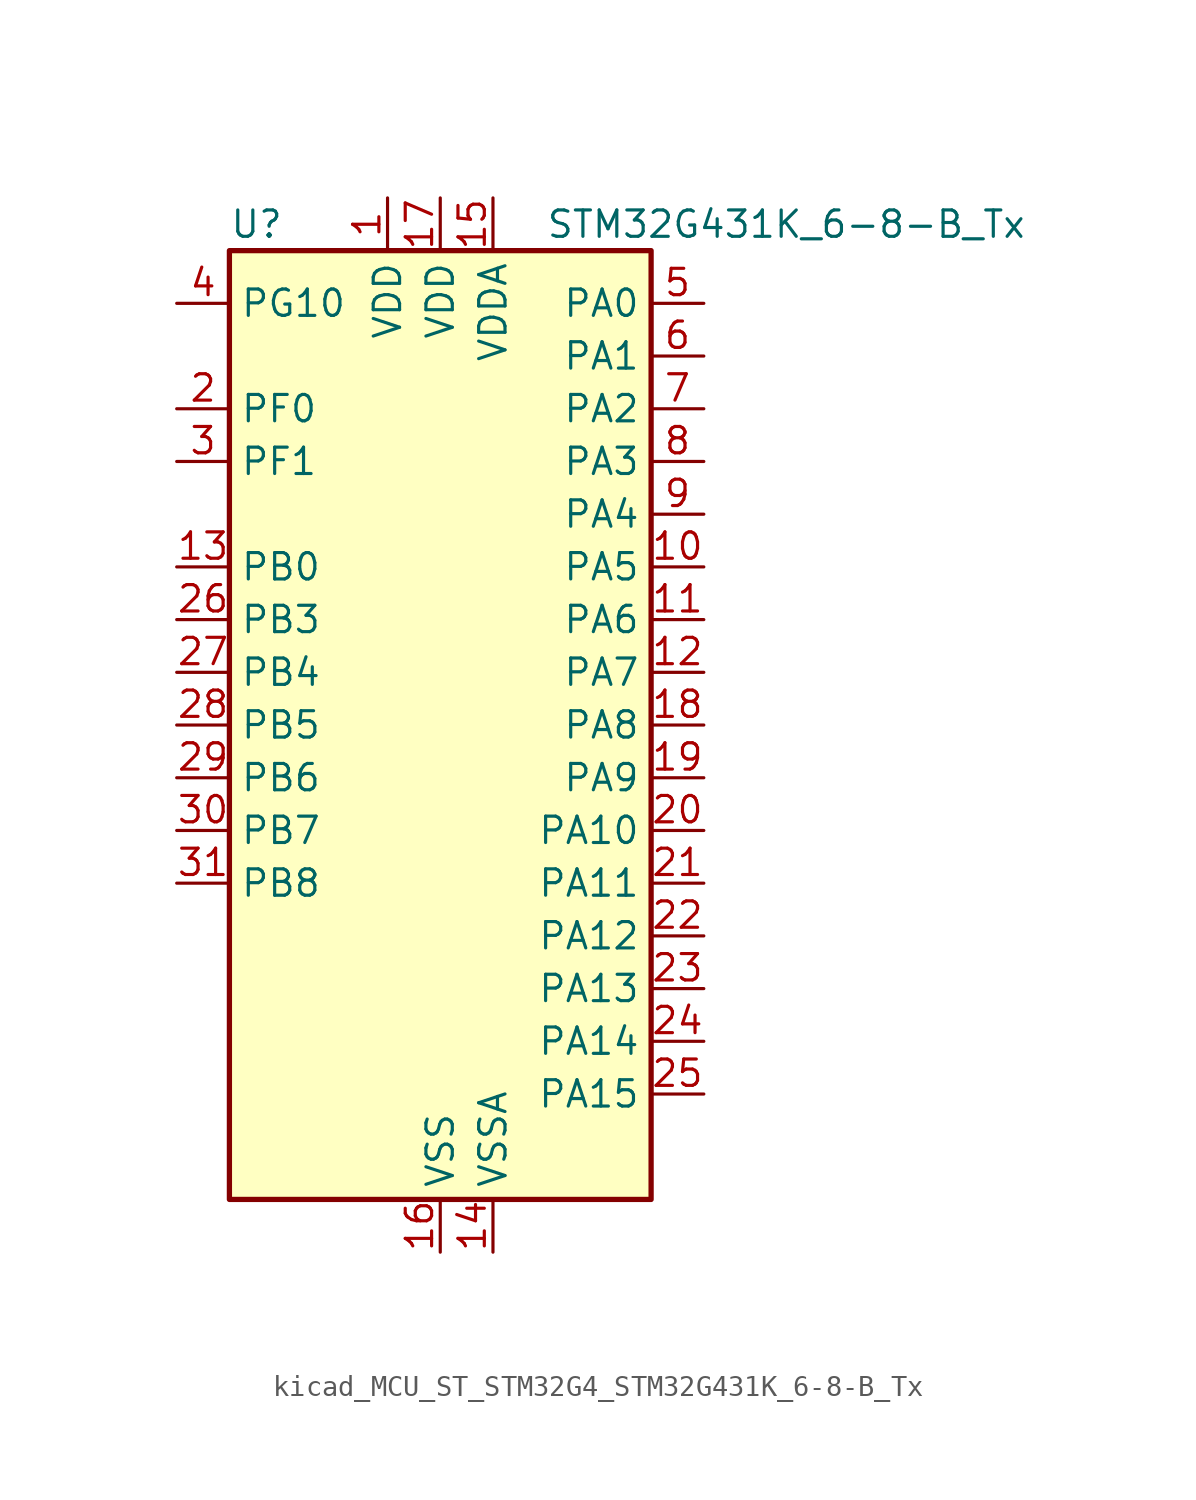
<source format=kicad_sym>
(kicad_symbol_lib
  (version 20220914)
  (generator kicad_symbol_editor)
  (symbol "kicad_MCU_ST_STM32G4_STM32G431K_6-8-B_Tx"
    (property "Reference" "U"
      (at -10.16 24.13 0)
      (effects (font (size 1.27 1.27)) (justify left)))
    (property "Value" "STM32G431K_6-8-B_Tx"
      (at 5.08 24.13 0)
      (effects (font (size 1.27 1.27)) (justify left)))
    (property "ki_locked" ""
      (at 0 0 0)
      (effects (font (size 1.27 1.27))))
    (symbol "kicad_MCU_ST_STM32G4_STM32G431K_6-8-B_Tx_0_1"
      (rectangle (start -10.16 -22.86) (end 10.16 22.86) (stroke (width 0.254) (type default)) (fill (type background))))
    (symbol "kicad_MCU_ST_STM32G4_STM32G431K_6-8-B_Tx_1_1"
      (pin power_in line (at -2.54 25.4 270) (length 2.54) (name "VDD" (effects (font (size 1.27 1.27)))) (number "1" (effects (font (size 1.27 1.27)))))
      (pin bidirectional line (at 12.7 7.62 180) (length 2.54) (name "PA5" (effects (font (size 1.27 1.27)))) (number "10" (effects (font (size 1.27 1.27)))) (alternate "ADC2_IN13" bidirectional line) (alternate "COMP2_INM" bidirectional line) (alternate "DAC1_OUT2" bidirectional line) (alternate "OPAMP2_VINM" bidirectional line) (alternate "OPAMP2_VINM0" bidirectional line) (alternate "OPAMP2_VINM_SEC" bidirectional line) (alternate "SPI1_SCK" bidirectional line) (alternate "TIM2_CH1" bidirectional line) (alternate "TIM2_ETR" bidirectional line) (alternate "UCPD1_FRSTX1" bidirectional line) (alternate "UCPD1_FRSTX2" bidirectional line))
      (pin bidirectional line (at 12.7 5.08 180) (length 2.54) (name "PA6" (effects (font (size 1.27 1.27)))) (number "11" (effects (font (size 1.27 1.27)))) (alternate "ADC2_IN3" bidirectional line) (alternate "COMP1_OUT" bidirectional line) (alternate "LPUART1_CTS" bidirectional line) (alternate "OPAMP2_VOUT" bidirectional line) (alternate "SPI1_MISO" bidirectional line) (alternate "TIM16_CH1" bidirectional line) (alternate "TIM1_BKIN" bidirectional line) (alternate "TIM3_CH1" bidirectional line) (alternate "TIM8_BKIN" bidirectional line))
      (pin bidirectional line (at 12.7 2.54 180) (length 2.54) (name "PA7" (effects (font (size 1.27 1.27)))) (number "12" (effects (font (size 1.27 1.27)))) (alternate "ADC2_IN4" bidirectional line) (alternate "COMP2_INP" bidirectional line) (alternate "COMP2_OUT" bidirectional line) (alternate "OPAMP1_VINP" bidirectional line) (alternate "OPAMP1_VINP_SEC" bidirectional line) (alternate "OPAMP2_VINP" bidirectional line) (alternate "OPAMP2_VINP_SEC" bidirectional line) (alternate "SPI1_MOSI" bidirectional line) (alternate "TIM17_CH1" bidirectional line) (alternate "TIM1_CH1N" bidirectional line) (alternate "TIM3_CH2" bidirectional line) (alternate "TIM8_CH1N" bidirectional line) (alternate "UCPD1_FRSTX1" bidirectional line) (alternate "UCPD1_FRSTX2" bidirectional line))
      (pin bidirectional line (at -12.7 7.62 0) (length 2.54) (name "PB0" (effects (font (size 1.27 1.27)))) (number "13" (effects (font (size 1.27 1.27)))) (alternate "ADC1_IN15" bidirectional line) (alternate "COMP4_INP" bidirectional line) (alternate "OPAMP2_VINP" bidirectional line) (alternate "OPAMP2_VINP_SEC" bidirectional line) (alternate "OPAMP3_VINP" bidirectional line) (alternate "OPAMP3_VINP_SEC" bidirectional line) (alternate "TIM1_CH2N" bidirectional line) (alternate "TIM3_CH3" bidirectional line) (alternate "TIM8_CH2N" bidirectional line) (alternate "UCPD1_FRSTX1" bidirectional line) (alternate "UCPD1_FRSTX2" bidirectional line))
      (pin power_in line (at 2.54 -25.4 90) (length 2.54) (name "VSSA" (effects (font (size 1.27 1.27)))) (number "14" (effects (font (size 1.27 1.27)))))
      (pin power_in line (at 2.54 25.4 270) (length 2.54) (name "VDDA" (effects (font (size 1.27 1.27)))) (number "15" (effects (font (size 1.27 1.27)))))
      (pin power_in line (at 0 -25.4 90) (length 2.54) (name "VSS" (effects (font (size 1.27 1.27)))) (number "16" (effects (font (size 1.27 1.27)))))
      (pin power_in line (at 0 25.4 270) (length 2.54) (name "VDD" (effects (font (size 1.27 1.27)))) (number "17" (effects (font (size 1.27 1.27)))))
      (pin bidirectional line (at 12.7 0 180) (length 2.54) (name "PA8" (effects (font (size 1.27 1.27)))) (number "18" (effects (font (size 1.27 1.27)))) (alternate "I2C2_SDA" bidirectional line) (alternate "I2C3_SCL" bidirectional line) (alternate "I2S2_MCK" bidirectional line) (alternate "RCC_MCO" bidirectional line) (alternate "SAI1_CK2" bidirectional line) (alternate "SAI1_SCK_A" bidirectional line) (alternate "TIM1_CH1" bidirectional line) (alternate "TIM4_ETR" bidirectional line) (alternate "USART1_CK" bidirectional line))
      (pin bidirectional line (at 12.7 -2.54 180) (length 2.54) (name "PA9" (effects (font (size 1.27 1.27)))) (number "19" (effects (font (size 1.27 1.27)))) (alternate "DAC1_EXTI9" bidirectional line) (alternate "DAC3_EXTI9" bidirectional line) (alternate "I2C2_SCL" bidirectional line) (alternate "I2C3_SMBA" bidirectional line) (alternate "I2S3_MCK" bidirectional line) (alternate "SAI1_FS_A" bidirectional line) (alternate "TIM15_BKIN" bidirectional line) (alternate "TIM1_CH2" bidirectional line) (alternate "TIM2_CH3" bidirectional line) (alternate "UCPD1_DBCC1" bidirectional line) (alternate "USART1_TX" bidirectional line))
      (pin bidirectional line (at -12.7 15.24 0) (length 2.54) (name "PF0" (effects (font (size 1.27 1.27)))) (number "2" (effects (font (size 1.27 1.27)))) (alternate "ADC1_IN10" bidirectional line) (alternate "I2C2_SDA" bidirectional line) (alternate "I2S2_WS" bidirectional line) (alternate "RCC_OSC_IN" bidirectional line) (alternate "SPI2_NSS" bidirectional line) (alternate "TIM1_CH3N" bidirectional line))
      (pin bidirectional line (at 12.7 -5.08 180) (length 2.54) (name "PA10" (effects (font (size 1.27 1.27)))) (number "20" (effects (font (size 1.27 1.27)))) (alternate "CRS_SYNC" bidirectional line) (alternate "DAC1_EXTI10" bidirectional line) (alternate "DAC3_EXTI10" bidirectional line) (alternate "I2C2_SMBA" bidirectional line) (alternate "SAI1_D1" bidirectional line) (alternate "SAI1_SD_A" bidirectional line) (alternate "SPI2_MISO" bidirectional line) (alternate "TIM17_BKIN" bidirectional line) (alternate "TIM1_CH3" bidirectional line) (alternate "TIM2_CH4" bidirectional line) (alternate "TIM8_BKIN" bidirectional line) (alternate "UCPD1_DBCC2" bidirectional line) (alternate "USART1_RX" bidirectional line))
      (pin bidirectional line (at 12.7 -7.62 180) (length 2.54) (name "PA11" (effects (font (size 1.27 1.27)))) (number "21" (effects (font (size 1.27 1.27)))) (alternate "ADC1_EXTI11" bidirectional line) (alternate "ADC2_EXTI11" bidirectional line) (alternate "COMP1_OUT" bidirectional line) (alternate "FDCAN1_RX" bidirectional line) (alternate "I2S2_SD" bidirectional line) (alternate "SPI2_MOSI" bidirectional line) (alternate "TIM1_BKIN2" bidirectional line) (alternate "TIM1_CH1N" bidirectional line) (alternate "TIM1_CH4" bidirectional line) (alternate "TIM4_CH1" bidirectional line) (alternate "USART1_CTS" bidirectional line) (alternate "USART1_NSS" bidirectional line) (alternate "USB_DM" bidirectional line))
      (pin bidirectional line (at 12.7 -10.16 180) (length 2.54) (name "PA12" (effects (font (size 1.27 1.27)))) (number "22" (effects (font (size 1.27 1.27)))) (alternate "COMP2_OUT" bidirectional line) (alternate "FDCAN1_TX" bidirectional line) (alternate "I2S_CKIN" bidirectional line) (alternate "TIM16_CH1" bidirectional line) (alternate "TIM1_CH2N" bidirectional line) (alternate "TIM1_ETR" bidirectional line) (alternate "TIM4_CH2" bidirectional line) (alternate "USART1_DE" bidirectional line) (alternate "USART1_RTS" bidirectional line) (alternate "USB_DP" bidirectional line))
      (pin bidirectional line (at 12.7 -12.7 180) (length 2.54) (name "PA13" (effects (font (size 1.27 1.27)))) (number "23" (effects (font (size 1.27 1.27)))) (alternate "I2C1_SCL" bidirectional line) (alternate "IR_OUT" bidirectional line) (alternate "SAI1_SD_B" bidirectional line) (alternate "SYS_JTMS-SWDIO" bidirectional line) (alternate "TIM16_CH1N" bidirectional line) (alternate "TIM4_CH3" bidirectional line))
      (pin bidirectional line (at 12.7 -15.24 180) (length 2.54) (name "PA14" (effects (font (size 1.27 1.27)))) (number "24" (effects (font (size 1.27 1.27)))) (alternate "I2C1_SDA" bidirectional line) (alternate "LPTIM1_OUT" bidirectional line) (alternate "SAI1_FS_B" bidirectional line) (alternate "SYS_JTCK-SWCLK" bidirectional line) (alternate "TIM1_BKIN" bidirectional line) (alternate "TIM8_CH2" bidirectional line) (alternate "USART2_TX" bidirectional line))
      (pin bidirectional line (at 12.7 -17.78 180) (length 2.54) (name "PA15" (effects (font (size 1.27 1.27)))) (number "25" (effects (font (size 1.27 1.27)))) (alternate "ADC1_EXTI15" bidirectional line) (alternate "ADC2_EXTI15" bidirectional line) (alternate "I2C1_SCL" bidirectional line) (alternate "I2S3_WS" bidirectional line) (alternate "SPI1_NSS" bidirectional line) (alternate "SPI3_NSS" bidirectional line) (alternate "SYS_JTDI" bidirectional line) (alternate "TIM1_BKIN" bidirectional line) (alternate "TIM2_CH1" bidirectional line) (alternate "TIM2_ETR" bidirectional line) (alternate "TIM8_CH1" bidirectional line) (alternate "USART2_RX" bidirectional line))
      (pin bidirectional line (at -12.7 5.08 0) (length 2.54) (name "PB3" (effects (font (size 1.27 1.27)))) (number "26" (effects (font (size 1.27 1.27)))) (alternate "CRS_SYNC" bidirectional line) (alternate "I2S3_CK" bidirectional line) (alternate "SAI1_SCK_B" bidirectional line) (alternate "SPI1_SCK" bidirectional line) (alternate "SPI3_SCK" bidirectional line) (alternate "SYS_JTDO-SWO" bidirectional line) (alternate "TIM2_CH2" bidirectional line) (alternate "TIM3_ETR" bidirectional line) (alternate "TIM4_ETR" bidirectional line) (alternate "TIM8_CH1N" bidirectional line) (alternate "USART2_TX" bidirectional line))
      (pin bidirectional line (at -12.7 2.54 0) (length 2.54) (name "PB4" (effects (font (size 1.27 1.27)))) (number "27" (effects (font (size 1.27 1.27)))) (alternate "SAI1_MCLK_B" bidirectional line) (alternate "SPI1_MISO" bidirectional line) (alternate "SPI3_MISO" bidirectional line) (alternate "SYS_JTRST" bidirectional line) (alternate "TIM16_CH1" bidirectional line) (alternate "TIM17_BKIN" bidirectional line) (alternate "TIM3_CH1" bidirectional line) (alternate "TIM8_CH2N" bidirectional line) (alternate "UCPD1_CC2" bidirectional line) (alternate "USART2_RX" bidirectional line))
      (pin bidirectional line (at -12.7 0 0) (length 2.54) (name "PB5" (effects (font (size 1.27 1.27)))) (number "28" (effects (font (size 1.27 1.27)))) (alternate "I2C1_SMBA" bidirectional line) (alternate "I2C3_SDA" bidirectional line) (alternate "I2S3_SD" bidirectional line) (alternate "LPTIM1_IN1" bidirectional line) (alternate "SAI1_SD_B" bidirectional line) (alternate "SPI1_MOSI" bidirectional line) (alternate "SPI3_MOSI" bidirectional line) (alternate "TIM16_BKIN" bidirectional line) (alternate "TIM17_CH1" bidirectional line) (alternate "TIM3_CH2" bidirectional line) (alternate "TIM8_CH3N" bidirectional line) (alternate "USART2_CK" bidirectional line))
      (pin bidirectional line (at -12.7 -2.54 0) (length 2.54) (name "PB6" (effects (font (size 1.27 1.27)))) (number "29" (effects (font (size 1.27 1.27)))) (alternate "COMP4_OUT" bidirectional line) (alternate "LPTIM1_ETR" bidirectional line) (alternate "SAI1_FS_B" bidirectional line) (alternate "TIM16_CH1N" bidirectional line) (alternate "TIM4_CH1" bidirectional line) (alternate "TIM8_BKIN2" bidirectional line) (alternate "TIM8_CH1" bidirectional line) (alternate "TIM8_ETR" bidirectional line) (alternate "UCPD1_CC1" bidirectional line) (alternate "USART1_TX" bidirectional line))
      (pin bidirectional line (at -12.7 12.7 0) (length 2.54) (name "PF1" (effects (font (size 1.27 1.27)))) (number "3" (effects (font (size 1.27 1.27)))) (alternate "ADC2_IN10" bidirectional line) (alternate "COMP3_INM" bidirectional line) (alternate "I2S2_CK" bidirectional line) (alternate "RCC_OSC_OUT" bidirectional line) (alternate "SPI2_SCK" bidirectional line))
      (pin bidirectional line (at -12.7 -5.08 0) (length 2.54) (name "PB7" (effects (font (size 1.27 1.27)))) (number "30" (effects (font (size 1.27 1.27)))) (alternate "COMP3_OUT" bidirectional line) (alternate "I2C1_SDA" bidirectional line) (alternate "LPTIM1_IN2" bidirectional line) (alternate "SYS_PVD_IN" bidirectional line) (alternate "TIM17_CH1N" bidirectional line) (alternate "TIM3_CH4" bidirectional line) (alternate "TIM4_CH2" bidirectional line) (alternate "TIM8_BKIN" bidirectional line) (alternate "USART1_RX" bidirectional line))
      (pin bidirectional line (at -12.7 -7.62 0) (length 2.54) (name "PB8" (effects (font (size 1.27 1.27)))) (number "31" (effects (font (size 1.27 1.27)))) (alternate "COMP1_OUT" bidirectional line) (alternate "FDCAN1_RX" bidirectional line) (alternate "I2C1_SCL" bidirectional line) (alternate "SAI1_CK1" bidirectional line) (alternate "SAI1_MCLK_A" bidirectional line) (alternate "TIM16_CH1" bidirectional line) (alternate "TIM1_BKIN" bidirectional line) (alternate "TIM4_CH3" bidirectional line) (alternate "TIM8_CH2" bidirectional line))
      (pin passive line (at 0 -25.4 90) (length 2.54) hide (name "VSS" (effects (font (size 1.27 1.27)))) (number "32" (effects (font (size 1.27 1.27)))))
      (pin bidirectional line (at -12.7 20.32 0) (length 2.54) (name "PG10" (effects (font (size 1.27 1.27)))) (number "4" (effects (font (size 1.27 1.27)))) (alternate "DAC1_EXTI10" bidirectional line) (alternate "DAC3_EXTI10" bidirectional line) (alternate "RCC_MCO" bidirectional line))
      (pin bidirectional line (at 12.7 20.32 180) (length 2.54) (name "PA0" (effects (font (size 1.27 1.27)))) (number "5" (effects (font (size 1.27 1.27)))) (alternate "ADC1_IN1" bidirectional line) (alternate "ADC2_IN1" bidirectional line) (alternate "COMP1_INM" bidirectional line) (alternate "COMP1_OUT" bidirectional line) (alternate "COMP3_INP" bidirectional line) (alternate "RTC_TAMP2" bidirectional line) (alternate "SYS_WKUP1" bidirectional line) (alternate "TIM2_CH1" bidirectional line) (alternate "TIM2_ETR" bidirectional line) (alternate "TIM8_BKIN" bidirectional line) (alternate "TIM8_ETR" bidirectional line) (alternate "USART2_CTS" bidirectional line) (alternate "USART2_NSS" bidirectional line))
      (pin bidirectional line (at 12.7 17.78 180) (length 2.54) (name "PA1" (effects (font (size 1.27 1.27)))) (number "6" (effects (font (size 1.27 1.27)))) (alternate "ADC1_IN2" bidirectional line) (alternate "ADC2_IN2" bidirectional line) (alternate "COMP1_INP" bidirectional line) (alternate "OPAMP1_VINP" bidirectional line) (alternate "OPAMP1_VINP_SEC" bidirectional line) (alternate "OPAMP3_VINP" bidirectional line) (alternate "OPAMP3_VINP_SEC" bidirectional line) (alternate "RTC_REFIN" bidirectional line) (alternate "TIM15_CH1N" bidirectional line) (alternate "TIM2_CH2" bidirectional line) (alternate "USART2_DE" bidirectional line) (alternate "USART2_RTS" bidirectional line))
      (pin bidirectional line (at 12.7 15.24 180) (length 2.54) (name "PA2" (effects (font (size 1.27 1.27)))) (number "7" (effects (font (size 1.27 1.27)))) (alternate "ADC1_IN3" bidirectional line) (alternate "COMP2_INM" bidirectional line) (alternate "COMP2_OUT" bidirectional line) (alternate "LPUART1_TX" bidirectional line) (alternate "OPAMP1_VOUT" bidirectional line) (alternate "RCC_LSCO" bidirectional line) (alternate "SYS_WKUP4" bidirectional line) (alternate "TIM15_CH1" bidirectional line) (alternate "TIM2_CH3" bidirectional line) (alternate "UCPD1_FRSTX1" bidirectional line) (alternate "UCPD1_FRSTX2" bidirectional line) (alternate "USART2_TX" bidirectional line))
      (pin bidirectional line (at 12.7 12.7 180) (length 2.54) (name "PA3" (effects (font (size 1.27 1.27)))) (number "8" (effects (font (size 1.27 1.27)))) (alternate "ADC1_IN4" bidirectional line) (alternate "COMP2_INP" bidirectional line) (alternate "LPUART1_RX" bidirectional line) (alternate "OPAMP1_VINM" bidirectional line) (alternate "OPAMP1_VINM0" bidirectional line) (alternate "OPAMP1_VINM_SEC" bidirectional line) (alternate "OPAMP1_VINP" bidirectional line) (alternate "OPAMP1_VINP_SEC" bidirectional line) (alternate "SAI1_CK1" bidirectional line) (alternate "SAI1_MCLK_A" bidirectional line) (alternate "TIM15_CH2" bidirectional line) (alternate "TIM2_CH4" bidirectional line) (alternate "USART2_RX" bidirectional line))
      (pin bidirectional line (at 12.7 10.16 180) (length 2.54) (name "PA4" (effects (font (size 1.27 1.27)))) (number "9" (effects (font (size 1.27 1.27)))) (alternate "ADC2_IN17" bidirectional line) (alternate "COMP1_INM" bidirectional line) (alternate "DAC1_OUT1" bidirectional line) (alternate "I2S3_WS" bidirectional line) (alternate "SAI1_FS_B" bidirectional line) (alternate "SPI1_NSS" bidirectional line) (alternate "SPI3_NSS" bidirectional line) (alternate "TIM3_CH2" bidirectional line) (alternate "USART2_CK" bidirectional line)))))
</source>
